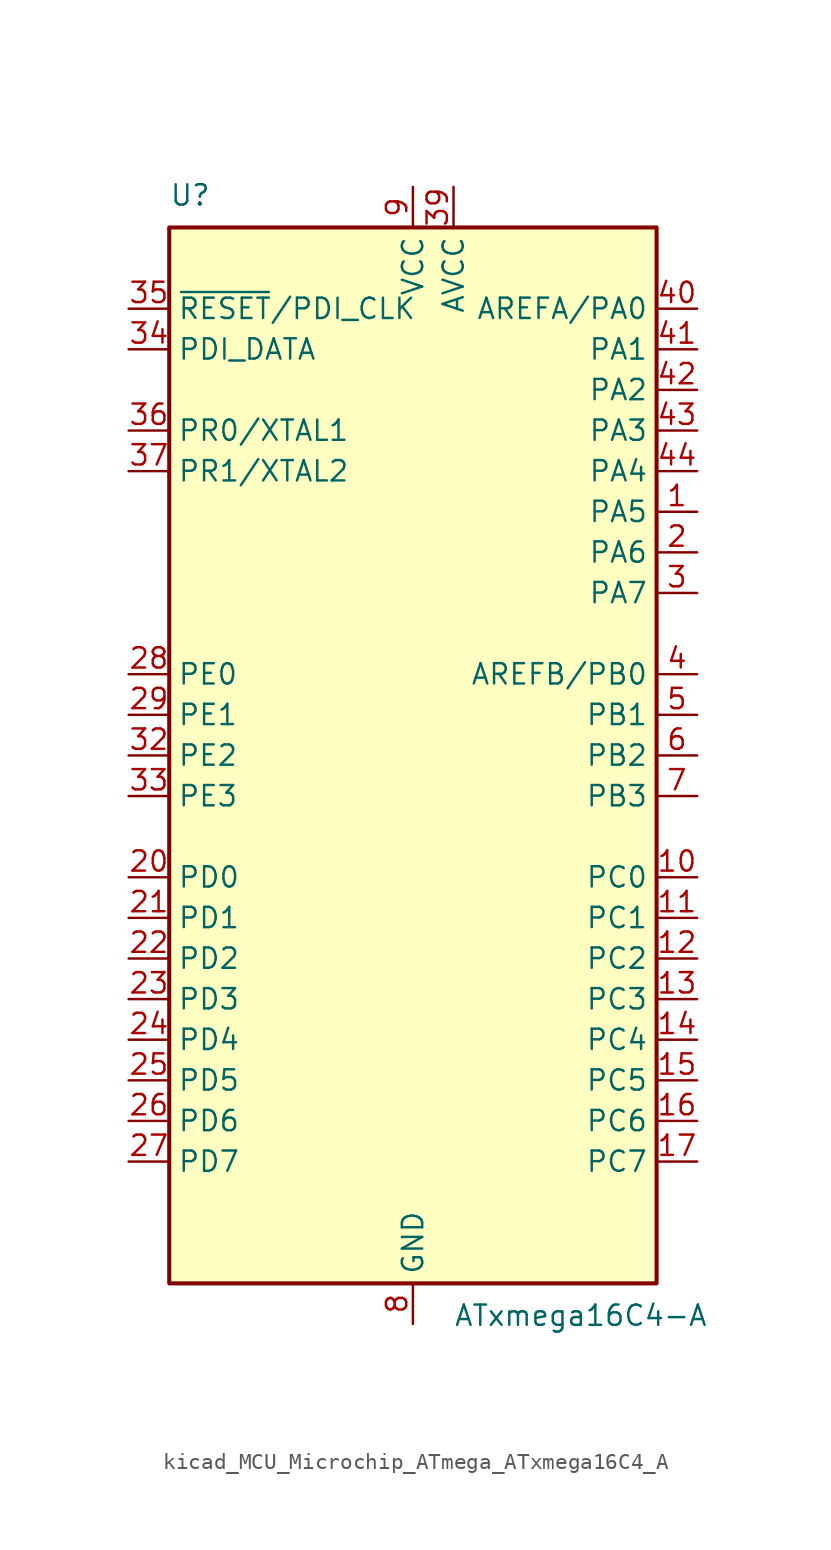
<source format=kicad_sym>
(kicad_symbol_lib
  (version 20220914)
  (generator kicad_symbol_editor)
  (symbol "kicad_MCU_Microchip_ATmega_ATxmega16C4_A"
    (property "Reference" "U"
      (at -15.24 34.29 0)
      (effects (font (size 1.27 1.27)) (justify left bottom)))
    (property "Value" "ATxmega16C4-A"
      (at 2.54 -34.29 0)
      (effects (font (size 1.27 1.27)) (justify left top)))
    (symbol "kicad_MCU_Microchip_ATmega_ATxmega16C4_A_0_1"
      (rectangle (start -15.24 -33.02) (end 15.24 33.02) (stroke (width 0.254) (type default)) (fill (type background))))
    (symbol "kicad_MCU_Microchip_ATmega_ATxmega16C4_A_1_1"
      (pin bidirectional line (at 17.78 15.24 180) (length 2.54) (name "PA5" (effects (font (size 1.27 1.27)))) (number "1" (effects (font (size 1.27 1.27)))))
      (pin bidirectional line (at 17.78 -7.62 180) (length 2.54) (name "PC0" (effects (font (size 1.27 1.27)))) (number "10" (effects (font (size 1.27 1.27)))))
      (pin bidirectional line (at 17.78 -10.16 180) (length 2.54) (name "PC1" (effects (font (size 1.27 1.27)))) (number "11" (effects (font (size 1.27 1.27)))))
      (pin bidirectional line (at 17.78 -12.7 180) (length 2.54) (name "PC2" (effects (font (size 1.27 1.27)))) (number "12" (effects (font (size 1.27 1.27)))))
      (pin bidirectional line (at 17.78 -15.24 180) (length 2.54) (name "PC3" (effects (font (size 1.27 1.27)))) (number "13" (effects (font (size 1.27 1.27)))))
      (pin bidirectional line (at 17.78 -17.78 180) (length 2.54) (name "PC4" (effects (font (size 1.27 1.27)))) (number "14" (effects (font (size 1.27 1.27)))))
      (pin bidirectional line (at 17.78 -20.32 180) (length 2.54) (name "PC5" (effects (font (size 1.27 1.27)))) (number "15" (effects (font (size 1.27 1.27)))))
      (pin bidirectional line (at 17.78 -22.86 180) (length 2.54) (name "PC6" (effects (font (size 1.27 1.27)))) (number "16" (effects (font (size 1.27 1.27)))))
      (pin bidirectional line (at 17.78 -25.4 180) (length 2.54) (name "PC7" (effects (font (size 1.27 1.27)))) (number "17" (effects (font (size 1.27 1.27)))))
      (pin passive line (at 0 -35.56 90) (length 2.54) hide (name "GND" (effects (font (size 1.27 1.27)))) (number "18" (effects (font (size 1.27 1.27)))))
      (pin passive line (at 0 35.56 270) (length 2.54) hide (name "VCC" (effects (font (size 1.27 1.27)))) (number "19" (effects (font (size 1.27 1.27)))))
      (pin bidirectional line (at 17.78 12.7 180) (length 2.54) (name "PA6" (effects (font (size 1.27 1.27)))) (number "2" (effects (font (size 1.27 1.27)))))
      (pin bidirectional line (at -17.78 -7.62 0) (length 2.54) (name "PD0" (effects (font (size 1.27 1.27)))) (number "20" (effects (font (size 1.27 1.27)))))
      (pin bidirectional line (at -17.78 -10.16 0) (length 2.54) (name "PD1" (effects (font (size 1.27 1.27)))) (number "21" (effects (font (size 1.27 1.27)))))
      (pin bidirectional line (at -17.78 -12.7 0) (length 2.54) (name "PD2" (effects (font (size 1.27 1.27)))) (number "22" (effects (font (size 1.27 1.27)))))
      (pin bidirectional line (at -17.78 -15.24 0) (length 2.54) (name "PD3" (effects (font (size 1.27 1.27)))) (number "23" (effects (font (size 1.27 1.27)))))
      (pin bidirectional line (at -17.78 -17.78 0) (length 2.54) (name "PD4" (effects (font (size 1.27 1.27)))) (number "24" (effects (font (size 1.27 1.27)))))
      (pin bidirectional line (at -17.78 -20.32 0) (length 2.54) (name "PD5" (effects (font (size 1.27 1.27)))) (number "25" (effects (font (size 1.27 1.27)))))
      (pin bidirectional line (at -17.78 -22.86 0) (length 2.54) (name "PD6" (effects (font (size 1.27 1.27)))) (number "26" (effects (font (size 1.27 1.27)))))
      (pin bidirectional line (at -17.78 -25.4 0) (length 2.54) (name "PD7" (effects (font (size 1.27 1.27)))) (number "27" (effects (font (size 1.27 1.27)))))
      (pin bidirectional line (at -17.78 5.08 0) (length 2.54) (name "PE0" (effects (font (size 1.27 1.27)))) (number "28" (effects (font (size 1.27 1.27)))))
      (pin bidirectional line (at -17.78 2.54 0) (length 2.54) (name "PE1" (effects (font (size 1.27 1.27)))) (number "29" (effects (font (size 1.27 1.27)))))
      (pin bidirectional line (at 17.78 10.16 180) (length 2.54) (name "PA7" (effects (font (size 1.27 1.27)))) (number "3" (effects (font (size 1.27 1.27)))))
      (pin passive line (at 0 -35.56 90) (length 2.54) hide (name "GND" (effects (font (size 1.27 1.27)))) (number "30" (effects (font (size 1.27 1.27)))))
      (pin passive line (at 0 35.56 270) (length 2.54) hide (name "VCC" (effects (font (size 1.27 1.27)))) (number "31" (effects (font (size 1.27 1.27)))))
      (pin bidirectional line (at -17.78 0 0) (length 2.54) (name "PE2" (effects (font (size 1.27 1.27)))) (number "32" (effects (font (size 1.27 1.27)))))
      (pin bidirectional line (at -17.78 -2.54 0) (length 2.54) (name "PE3" (effects (font (size 1.27 1.27)))) (number "33" (effects (font (size 1.27 1.27)))))
      (pin bidirectional line (at -17.78 25.4 0) (length 2.54) (name "PDI_DATA" (effects (font (size 1.27 1.27)))) (number "34" (effects (font (size 1.27 1.27)))))
      (pin input line (at -17.78 27.94 0) (length 2.54) (name "~{RESET}/PDI_CLK" (effects (font (size 1.27 1.27)))) (number "35" (effects (font (size 1.27 1.27)))))
      (pin bidirectional line (at -17.78 20.32 0) (length 2.54) (name "PR0/XTAL1" (effects (font (size 1.27 1.27)))) (number "36" (effects (font (size 1.27 1.27)))))
      (pin bidirectional line (at -17.78 17.78 0) (length 2.54) (name "PR1/XTAL2" (effects (font (size 1.27 1.27)))) (number "37" (effects (font (size 1.27 1.27)))))
      (pin passive line (at 0 -35.56 90) (length 2.54) hide (name "GND" (effects (font (size 1.27 1.27)))) (number "38" (effects (font (size 1.27 1.27)))))
      (pin power_in line (at 2.54 35.56 270) (length 2.54) (name "AVCC" (effects (font (size 1.27 1.27)))) (number "39" (effects (font (size 1.27 1.27)))))
      (pin bidirectional line (at 17.78 5.08 180) (length 2.54) (name "AREFB/PB0" (effects (font (size 1.27 1.27)))) (number "4" (effects (font (size 1.27 1.27)))))
      (pin bidirectional line (at 17.78 27.94 180) (length 2.54) (name "AREFA/PA0" (effects (font (size 1.27 1.27)))) (number "40" (effects (font (size 1.27 1.27)))))
      (pin bidirectional line (at 17.78 25.4 180) (length 2.54) (name "PA1" (effects (font (size 1.27 1.27)))) (number "41" (effects (font (size 1.27 1.27)))))
      (pin bidirectional line (at 17.78 22.86 180) (length 2.54) (name "PA2" (effects (font (size 1.27 1.27)))) (number "42" (effects (font (size 1.27 1.27)))))
      (pin bidirectional line (at 17.78 20.32 180) (length 2.54) (name "PA3" (effects (font (size 1.27 1.27)))) (number "43" (effects (font (size 1.27 1.27)))))
      (pin bidirectional line (at 17.78 17.78 180) (length 2.54) (name "PA4" (effects (font (size 1.27 1.27)))) (number "44" (effects (font (size 1.27 1.27)))))
      (pin bidirectional line (at 17.78 2.54 180) (length 2.54) (name "PB1" (effects (font (size 1.27 1.27)))) (number "5" (effects (font (size 1.27 1.27)))))
      (pin bidirectional line (at 17.78 0 180) (length 2.54) (name "PB2" (effects (font (size 1.27 1.27)))) (number "6" (effects (font (size 1.27 1.27)))))
      (pin bidirectional line (at 17.78 -2.54 180) (length 2.54) (name "PB3" (effects (font (size 1.27 1.27)))) (number "7" (effects (font (size 1.27 1.27)))))
      (pin power_in line (at 0 -35.56 90) (length 2.54) (name "GND" (effects (font (size 1.27 1.27)))) (number "8" (effects (font (size 1.27 1.27)))))
      (pin power_in line (at 0 35.56 270) (length 2.54) (name "VCC" (effects (font (size 1.27 1.27)))) (number "9" (effects (font (size 1.27 1.27))))))))
</source>
